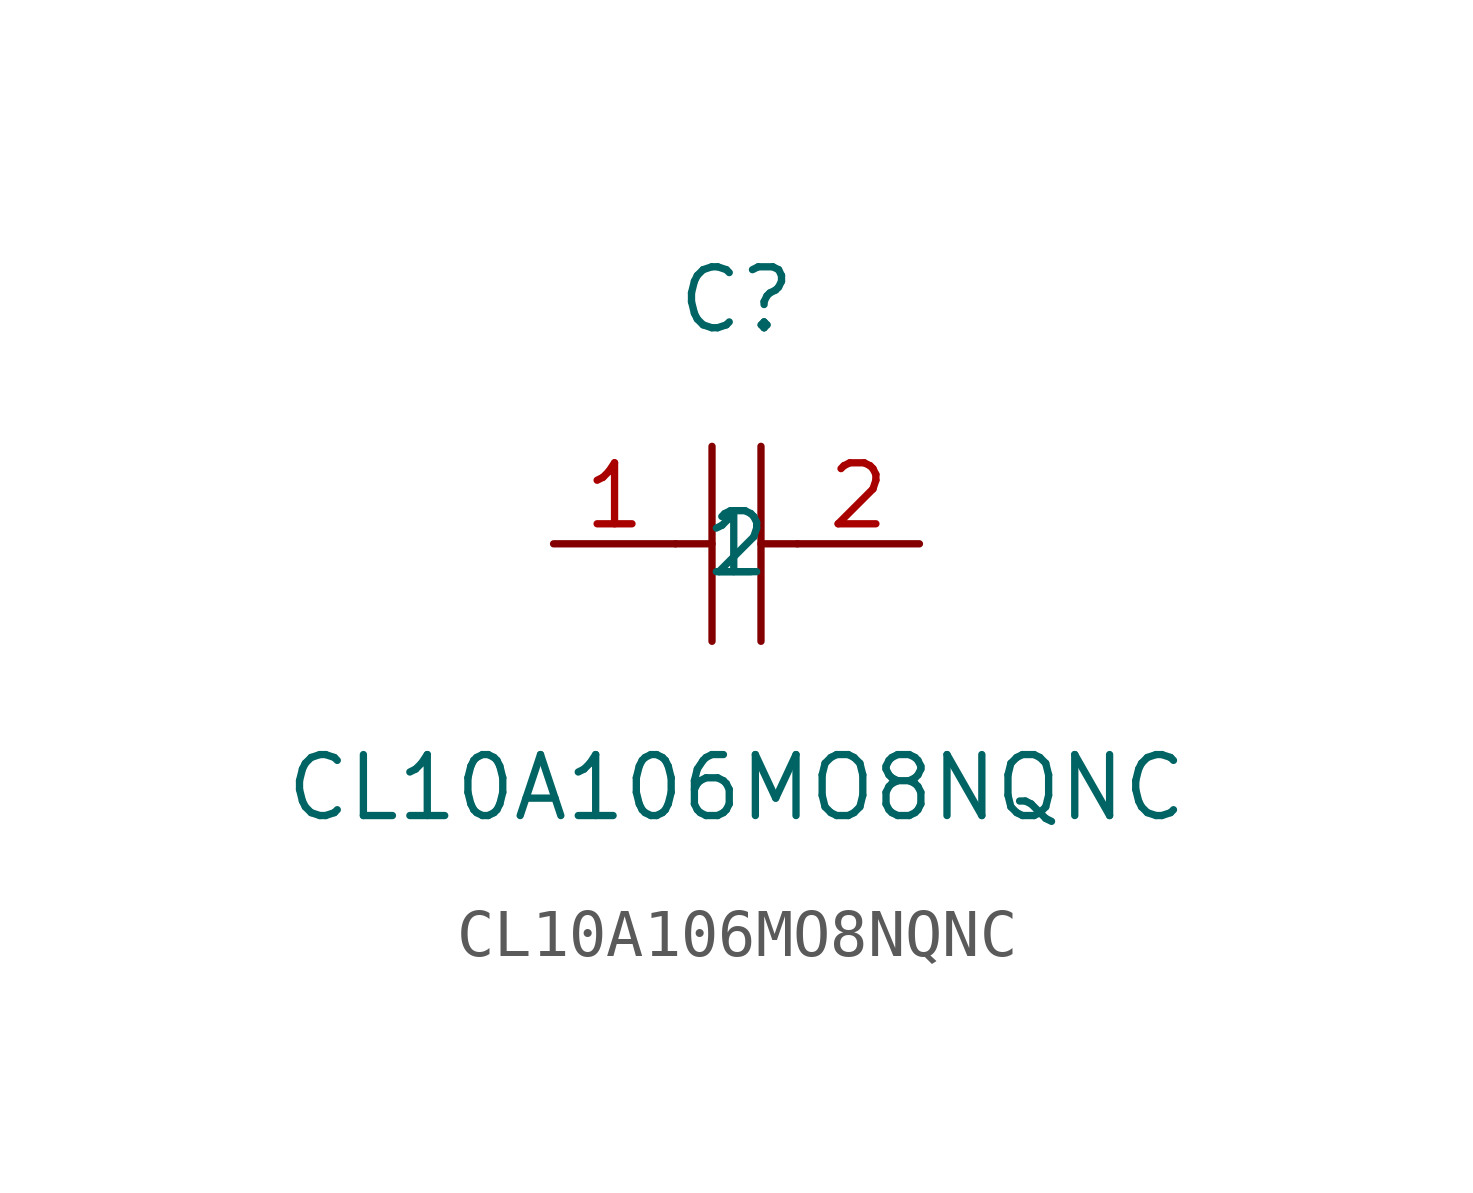
<source format=kicad_sym>
(kicad_symbol_lib
  (version 1)
  (generator "faebryk")
  (symbol "CL10A106MO8NQNC"
    (property "Reference" "C"
      (at 0 5.08 0)
      (effects (font (size 1.27 1.27)) (hide no)))
    (property "Value" "CL10A106MO8NQNC"
      (at 0 -5.08 0)
      (effects (font (size 1.27 1.27)) (hide no)))
    (symbol "CL10A106MO8NQNC_0_1"
      (polyline (stroke (width 0) (type default) (color 0 0 0 0)) (fill (type none)) (pts (xy -0.51 2.03) (xy -0.51 -2.03)))
      (polyline (stroke (width 0) (type default) (color 0 0 0 0)) (fill (type none)) (pts (xy 0.51 2.03) (xy 0.51 -2.03)))
      (polyline (stroke (width 0) (type default) (color 0 0 0 0)) (fill (type none)) (pts (xy -1.27 0) (xy -0.51 0)))
      (polyline (stroke (width 0) (type default) (color 0 0 0 0)) (fill (type none)) (pts (xy 0.51 0) (xy 1.27 0)))
      (pin input line (at -3.81 0 0) (length 2.54) (name "1" (effects (font (size 1.27 1.27)) (hide no))) (number "1" (effects (font (size 1.27 1.27)) (hide no))))
      (pin input line (at 3.81 0 180) (length 2.54) (name "2" (effects (font (size 1.27 1.27)) (hide no))) (number "2" (effects (font (size 1.27 1.27)) (hide no)))))))
</source>
